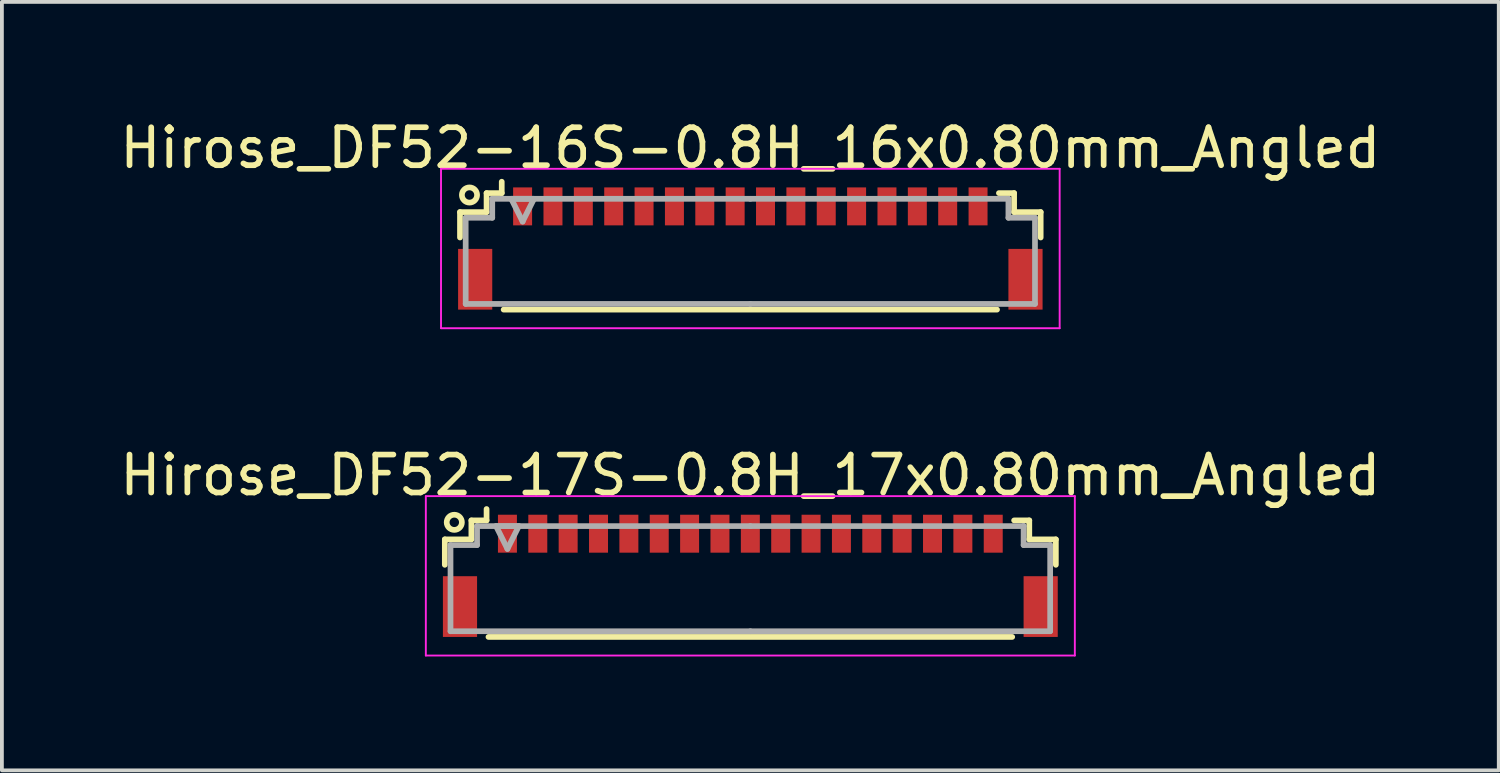
<source format=kicad_pcb>
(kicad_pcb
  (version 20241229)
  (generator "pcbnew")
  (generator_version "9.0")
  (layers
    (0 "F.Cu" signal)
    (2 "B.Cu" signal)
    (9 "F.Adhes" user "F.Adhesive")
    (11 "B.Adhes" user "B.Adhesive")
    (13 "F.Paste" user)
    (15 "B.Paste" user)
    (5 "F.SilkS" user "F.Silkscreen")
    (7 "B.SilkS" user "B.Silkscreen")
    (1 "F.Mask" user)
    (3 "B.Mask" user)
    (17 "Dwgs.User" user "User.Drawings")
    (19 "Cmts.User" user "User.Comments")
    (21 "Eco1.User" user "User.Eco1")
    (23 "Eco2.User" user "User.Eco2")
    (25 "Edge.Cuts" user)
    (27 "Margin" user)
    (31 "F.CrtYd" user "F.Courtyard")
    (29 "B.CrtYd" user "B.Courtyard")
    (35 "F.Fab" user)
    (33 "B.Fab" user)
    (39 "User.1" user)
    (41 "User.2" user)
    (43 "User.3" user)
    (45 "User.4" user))
  (footprint "Hirose_DF52-16S-0.8H_16x0.80mm_Angled"
    (layer "F.Cu")
    (at 16.72 3.348)
    (property "Reference" "Hirose_DF52-16S-0.8H_16x0.80mm_Angled" (at 0 -2.5 0) (layer "F.SilkS") (effects (font (size 1 1) (thickness 0.15))))
    (attr smd)
    (fp_line (start -7.65 -0.81) (end -7.65 -0.14) (stroke (width 0.15) (type solid)) (layer "F.SilkS"))
    (fp_line (start -6.95 -1.31) (end -6.95 -0.81) (stroke (width 0.15) (type solid)) (layer "F.SilkS"))
    (fp_line (start -6.95 -0.81) (end -7.65 -0.81) (stroke (width 0.15) (type solid)) (layer "F.SilkS"))
    (fp_line (start -6.55 -1.61) (end -6.55 -1.31) (stroke (width 0.15) (type solid)) (layer "F.SilkS"))
    (fp_line (start -6.55 -1.31) (end -6.95 -1.31) (stroke (width 0.15) (type solid)) (layer "F.SilkS"))
    (fp_line (start -6.5 1.76) (end 6.5 1.76) (stroke (width 0.15) (type solid)) (layer "F.SilkS"))
    (fp_line (start 6.55 -1.31) (end 6.95 -1.31) (stroke (width 0.15) (type solid)) (layer "F.SilkS"))
    (fp_line (start 6.95 -1.31) (end 6.95 -0.81) (stroke (width 0.15) (type solid)) (layer "F.SilkS"))
    (fp_line (start 6.95 -0.81) (end 7.65 -0.81) (stroke (width 0.15) (type solid)) (layer "F.SilkS"))
    (fp_line (start 7.65 -0.81) (end 7.65 -0.14) (stroke (width 0.15) (type solid)) (layer "F.SilkS"))
    (fp_circle (center -7.4 -1.26) (end -7.2 -1.26) (stroke (width 0.15) (type solid)) (fill no) (layer "F.SilkS"))
    (fp_line (start -8.15 -1.95) (end -8.15 2.25) (stroke (width 0.05) (type solid)) (layer "F.CrtYd"))
    (fp_line (start -8.15 2.25) (end 8.15 2.25) (stroke (width 0.05) (type solid)) (layer "F.CrtYd"))
    (fp_line (start 8.15 -1.95) (end -8.15 -1.95) (stroke (width 0.05) (type solid)) (layer "F.CrtYd"))
    (fp_line (start 8.15 2.25) (end 8.15 -1.95) (stroke (width 0.05) (type solid)) (layer "F.CrtYd"))
    (fp_line (start -7.5 -0.66) (end -7.5 1.61) (stroke (width 0.15) (type solid)) (layer "F.Fab"))
    (fp_line (start -7.5 1.61) (end 0 1.61) (stroke (width 0.15) (type solid)) (layer "F.Fab"))
    (fp_line (start -6.8 -1.16) (end -6.8 -1.16) (stroke (width 0.15) (type solid)) (layer "F.Fab"))
    (fp_line (start -6.8 -1.16) (end -6.8 -0.66) (stroke (width 0.15) (type solid)) (layer "F.Fab"))
    (fp_line (start -6.8 -0.66) (end -7.5 -0.66) (stroke (width 0.15) (type solid)) (layer "F.Fab"))
    (fp_line (start -6.3 -1.16) (end -5.7 -1.16) (stroke (width 0.15) (type solid)) (layer "F.Fab"))
    (fp_line (start -6 -0.56) (end -6.3 -1.16) (stroke (width 0.15) (type solid)) (layer "F.Fab"))
    (fp_line (start -5.7 -1.16) (end -6 -0.56) (stroke (width 0.15) (type solid)) (layer "F.Fab"))
    (fp_line (start 0 -1.16) (end -6.8 -1.16) (stroke (width 0.15) (type solid)) (layer "F.Fab"))
    (fp_line (start 0 -1.16) (end 6.8 -1.16) (stroke (width 0.15) (type solid)) (layer "F.Fab"))
    (fp_line (start 6.8 -1.16) (end 6.8 -1.16) (stroke (width 0.15) (type solid)) (layer "F.Fab"))
    (fp_line (start 6.8 -1.16) (end 6.8 -0.66) (stroke (width 0.15) (type solid)) (layer "F.Fab"))
    (fp_line (start 6.8 -0.66) (end 7.5 -0.66) (stroke (width 0.15) (type solid)) (layer "F.Fab"))
    (fp_line (start 7.5 -0.66) (end 7.5 1.61) (stroke (width 0.15) (type solid)) (layer "F.Fab"))
    (fp_line (start 7.5 1.61) (end 0 1.61) (stroke (width 0.15) (type solid)) (layer "F.Fab"))
    (pad "" smd rect (at -7.25 0.96) (size 0.9 1.6) (layers "F.Cu" "F.Mask" "F.Paste"))
    (pad "" smd rect (at 7.25 0.96) (size 0.9 1.6) (layers "F.Cu" "F.Mask" "F.Paste"))
    (pad "1" smd rect (at -6 -0.96) (size 0.5 1) (layers "F.Cu" "F.Mask" "F.Paste"))
    (pad "2" smd rect (at -5.2 -0.96) (size 0.5 1) (layers "F.Cu" "F.Mask" "F.Paste"))
    (pad "3" smd rect (at -4.4 -0.96) (size 0.5 1) (layers "F.Cu" "F.Mask" "F.Paste"))
    (pad "4" smd rect (at -3.6 -0.96) (size 0.5 1) (layers "F.Cu" "F.Mask" "F.Paste"))
    (pad "5" smd rect (at -2.8 -0.96) (size 0.5 1) (layers "F.Cu" "F.Mask" "F.Paste"))
    (pad "6" smd rect (at -2 -0.96) (size 0.5 1) (layers "F.Cu" "F.Mask" "F.Paste"))
    (pad "7" smd rect (at -1.2 -0.96) (size 0.5 1) (layers "F.Cu" "F.Mask" "F.Paste"))
    (pad "8" smd rect (at -0.4 -0.96) (size 0.5 1) (layers "F.Cu" "F.Mask" "F.Paste"))
    (pad "9" smd rect (at 0.4 -0.96) (size 0.5 1) (layers "F.Cu" "F.Mask" "F.Paste"))
    (pad "10" smd rect (at 1.2 -0.96) (size 0.5 1) (layers "F.Cu" "F.Mask" "F.Paste"))
    (pad "11" smd rect (at 2 -0.96) (size 0.5 1) (layers "F.Cu" "F.Mask" "F.Paste"))
    (pad "12" smd rect (at 2.8 -0.96) (size 0.5 1) (layers "F.Cu" "F.Mask" "F.Paste"))
    (pad "13" smd rect (at 3.6 -0.96) (size 0.5 1) (layers "F.Cu" "F.Mask" "F.Paste"))
    (pad "14" smd rect (at 4.4 -0.96) (size 0.5 1) (layers "F.Cu" "F.Mask" "F.Paste"))
    (pad "15" smd rect (at 5.2 -0.96) (size 0.5 1) (layers "F.Cu" "F.Mask" "F.Paste"))
    (pad "16" smd rect (at 6 -0.96) (size 0.5 1) (layers "F.Cu" "F.Mask" "F.Paste")))
  (footprint "Hirose_DF52-17S-0.8H_17x0.80mm_Angled"
    (layer "F.Cu")
    (at 16.72 11.972)
    (property "Reference" "Hirose_DF52-17S-0.8H_17x0.80mm_Angled" (at 0 -2.5 0) (layer "F.SilkS") (effects (font (size 1 1) (thickness 0.15))))
    (attr smd)
    (fp_line (start -8.05 -0.81) (end -8.05 -0.14) (stroke (width 0.15) (type solid)) (layer "F.SilkS"))
    (fp_line (start -7.35 -1.31) (end -7.35 -0.81) (stroke (width 0.15) (type solid)) (layer "F.SilkS"))
    (fp_line (start -7.35 -0.81) (end -8.05 -0.81) (stroke (width 0.15) (type solid)) (layer "F.SilkS"))
    (fp_line (start -6.95 -1.61) (end -6.95 -1.31) (stroke (width 0.15) (type solid)) (layer "F.SilkS"))
    (fp_line (start -6.95 -1.31) (end -7.35 -1.31) (stroke (width 0.15) (type solid)) (layer "F.SilkS"))
    (fp_line (start -6.9 1.76) (end 6.9 1.76) (stroke (width 0.15) (type solid)) (layer "F.SilkS"))
    (fp_line (start 6.95 -1.31) (end 7.35 -1.31) (stroke (width 0.15) (type solid)) (layer "F.SilkS"))
    (fp_line (start 7.35 -1.31) (end 7.35 -0.81) (stroke (width 0.15) (type solid)) (layer "F.SilkS"))
    (fp_line (start 7.35 -0.81) (end 8.05 -0.81) (stroke (width 0.15) (type solid)) (layer "F.SilkS"))
    (fp_line (start 8.05 -0.81) (end 8.05 -0.14) (stroke (width 0.15) (type solid)) (layer "F.SilkS"))
    (fp_circle (center -7.8 -1.26) (end -7.6 -1.26) (stroke (width 0.15) (type solid)) (fill no) (layer "F.SilkS"))
    (fp_line (start -8.55 -1.95) (end -8.55 2.25) (stroke (width 0.05) (type solid)) (layer "F.CrtYd"))
    (fp_line (start -8.55 2.25) (end 8.55 2.25) (stroke (width 0.05) (type solid)) (layer "F.CrtYd"))
    (fp_line (start 8.55 -1.95) (end -8.55 -1.95) (stroke (width 0.05) (type solid)) (layer "F.CrtYd"))
    (fp_line (start 8.55 2.25) (end 8.55 -1.95) (stroke (width 0.05) (type solid)) (layer "F.CrtYd"))
    (fp_line (start -7.9 -0.66) (end -7.9 1.61) (stroke (width 0.15) (type solid)) (layer "F.Fab"))
    (fp_line (start -7.9 1.61) (end 0 1.61) (stroke (width 0.15) (type solid)) (layer "F.Fab"))
    (fp_line (start -7.2 -1.16) (end -7.2 -1.16) (stroke (width 0.15) (type solid)) (layer "F.Fab"))
    (fp_line (start -7.2 -1.16) (end -7.2 -0.66) (stroke (width 0.15) (type solid)) (layer "F.Fab"))
    (fp_line (start -7.2 -0.66) (end -7.9 -0.66) (stroke (width 0.15) (type solid)) (layer "F.Fab"))
    (fp_line (start -6.7 -1.16) (end -6.1 -1.16) (stroke (width 0.15) (type solid)) (layer "F.Fab"))
    (fp_line (start -6.4 -0.56) (end -6.7 -1.16) (stroke (width 0.15) (type solid)) (layer "F.Fab"))
    (fp_line (start -6.1 -1.16) (end -6.4 -0.56) (stroke (width 0.15) (type solid)) (layer "F.Fab"))
    (fp_line (start 0 -1.16) (end -7.2 -1.16) (stroke (width 0.15) (type solid)) (layer "F.Fab"))
    (fp_line (start 0 -1.16) (end 7.2 -1.16) (stroke (width 0.15) (type solid)) (layer "F.Fab"))
    (fp_line (start 7.2 -1.16) (end 7.2 -1.16) (stroke (width 0.15) (type solid)) (layer "F.Fab"))
    (fp_line (start 7.2 -1.16) (end 7.2 -0.66) (stroke (width 0.15) (type solid)) (layer "F.Fab"))
    (fp_line (start 7.2 -0.66) (end 7.9 -0.66) (stroke (width 0.15) (type solid)) (layer "F.Fab"))
    (fp_line (start 7.9 -0.66) (end 7.9 1.61) (stroke (width 0.15) (type solid)) (layer "F.Fab"))
    (fp_line (start 7.9 1.61) (end 0 1.61) (stroke (width 0.15) (type solid)) (layer "F.Fab"))
    (pad "" smd rect (at -7.65 0.96) (size 0.9 1.6) (layers "F.Cu" "F.Mask" "F.Paste"))
    (pad "" smd rect (at 7.65 0.96) (size 0.9 1.6) (layers "F.Cu" "F.Mask" "F.Paste"))
    (pad "1" smd rect (at -6.4 -0.96) (size 0.5 1) (layers "F.Cu" "F.Mask" "F.Paste"))
    (pad "2" smd rect (at -5.6 -0.96) (size 0.5 1) (layers "F.Cu" "F.Mask" "F.Paste"))
    (pad "3" smd rect (at -4.8 -0.96) (size 0.5 1) (layers "F.Cu" "F.Mask" "F.Paste"))
    (pad "4" smd rect (at -4 -0.96) (size 0.5 1) (layers "F.Cu" "F.Mask" "F.Paste"))
    (pad "5" smd rect (at -3.2 -0.96) (size 0.5 1) (layers "F.Cu" "F.Mask" "F.Paste"))
    (pad "6" smd rect (at -2.4 -0.96) (size 0.5 1) (layers "F.Cu" "F.Mask" "F.Paste"))
    (pad "7" smd rect (at -1.6 -0.96) (size 0.5 1) (layers "F.Cu" "F.Mask" "F.Paste"))
    (pad "8" smd rect (at -0.8 -0.96) (size 0.5 1) (layers "F.Cu" "F.Mask" "F.Paste"))
    (pad "9" smd rect (at 0 -0.96) (size 0.5 1) (layers "F.Cu" "F.Mask" "F.Paste"))
    (pad "10" smd rect (at 0.8 -0.96) (size 0.5 1) (layers "F.Cu" "F.Mask" "F.Paste"))
    (pad "11" smd rect (at 1.6 -0.96) (size 0.5 1) (layers "F.Cu" "F.Mask" "F.Paste"))
    (pad "12" smd rect (at 2.4 -0.96) (size 0.5 1) (layers "F.Cu" "F.Mask" "F.Paste"))
    (pad "13" smd rect (at 3.2 -0.96) (size 0.5 1) (layers "F.Cu" "F.Mask" "F.Paste"))
    (pad "14" smd rect (at 4 -0.96) (size 0.5 1) (layers "F.Cu" "F.Mask" "F.Paste"))
    (pad "15" smd rect (at 4.8 -0.96) (size 0.5 1) (layers "F.Cu" "F.Mask" "F.Paste"))
    (pad "16" smd rect (at 5.6 -0.96) (size 0.5 1) (layers "F.Cu" "F.Mask" "F.Paste"))
    (pad "17" smd rect (at 6.4 -0.96) (size 0.5 1) (layers "F.Cu" "F.Mask" "F.Paste")))
  (gr_rect
    (start -3 -3)
    (end 36.44 17.247)
    (stroke (width 0.1) (type default))
    (fill no)
    (layer "Edge.Cuts")))
</source>
